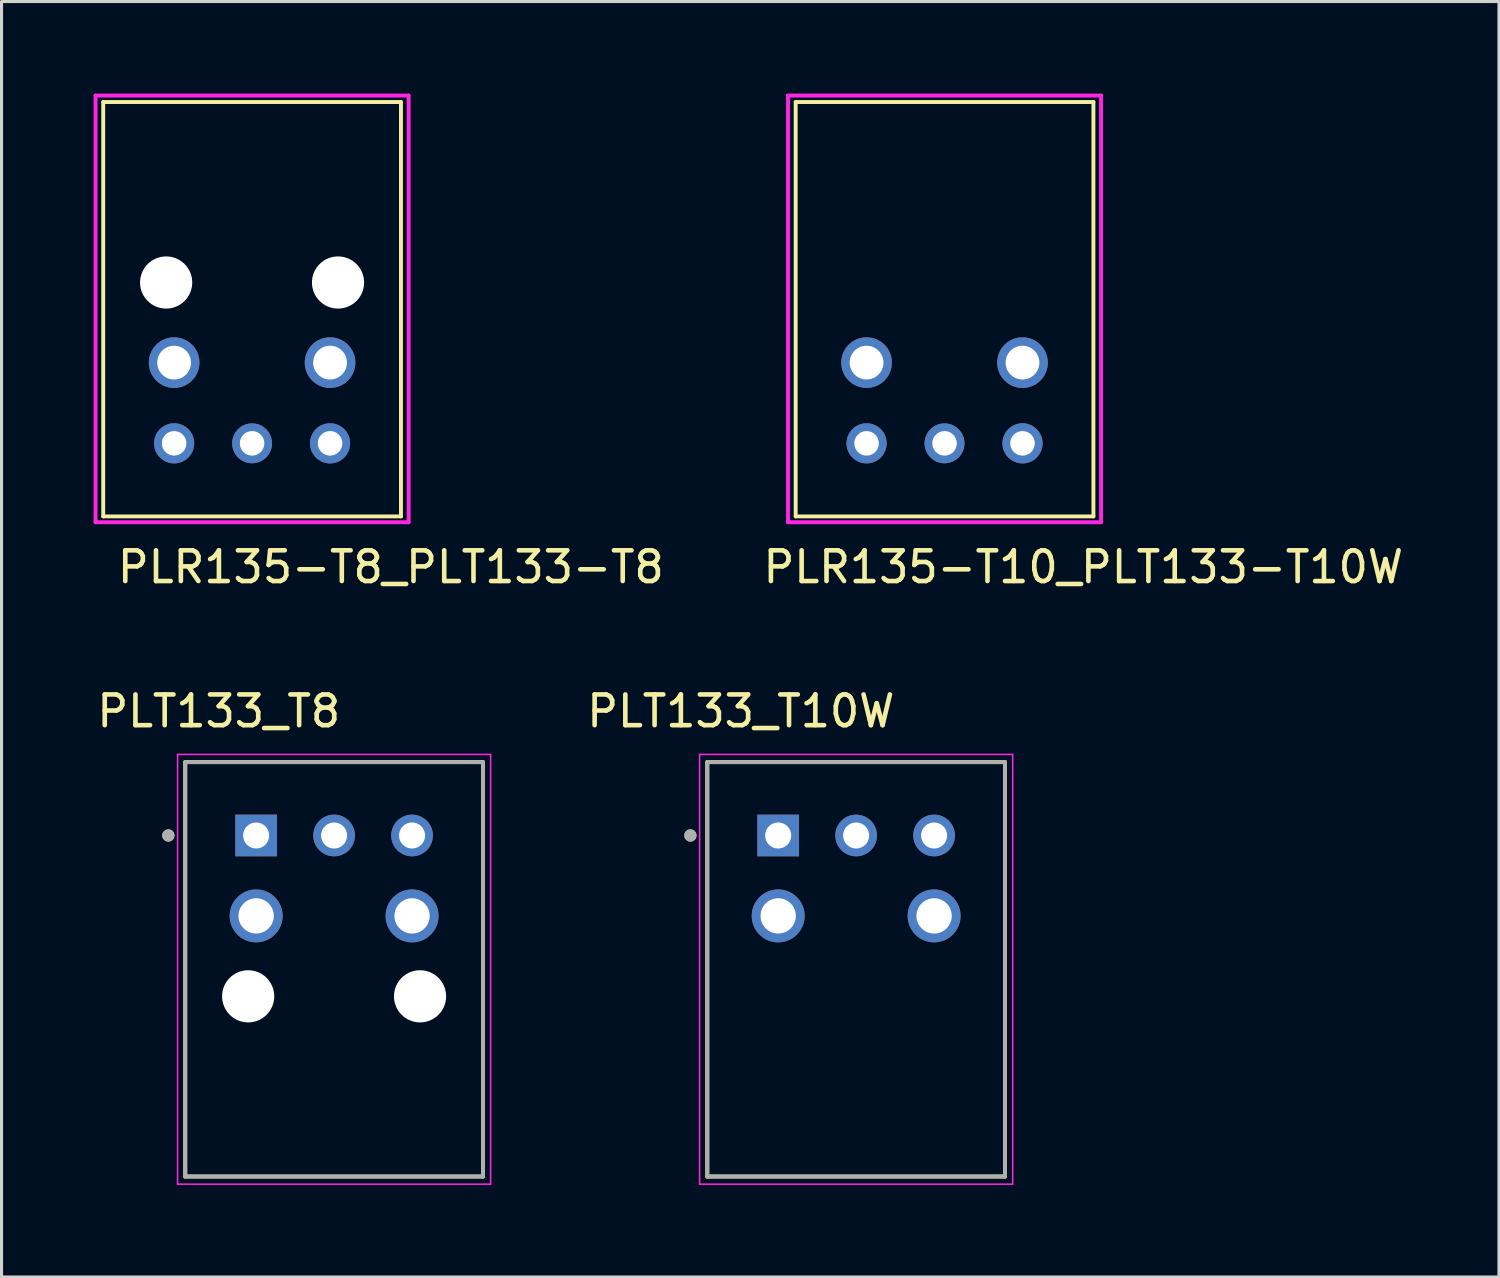
<source format=kicad_pcb>
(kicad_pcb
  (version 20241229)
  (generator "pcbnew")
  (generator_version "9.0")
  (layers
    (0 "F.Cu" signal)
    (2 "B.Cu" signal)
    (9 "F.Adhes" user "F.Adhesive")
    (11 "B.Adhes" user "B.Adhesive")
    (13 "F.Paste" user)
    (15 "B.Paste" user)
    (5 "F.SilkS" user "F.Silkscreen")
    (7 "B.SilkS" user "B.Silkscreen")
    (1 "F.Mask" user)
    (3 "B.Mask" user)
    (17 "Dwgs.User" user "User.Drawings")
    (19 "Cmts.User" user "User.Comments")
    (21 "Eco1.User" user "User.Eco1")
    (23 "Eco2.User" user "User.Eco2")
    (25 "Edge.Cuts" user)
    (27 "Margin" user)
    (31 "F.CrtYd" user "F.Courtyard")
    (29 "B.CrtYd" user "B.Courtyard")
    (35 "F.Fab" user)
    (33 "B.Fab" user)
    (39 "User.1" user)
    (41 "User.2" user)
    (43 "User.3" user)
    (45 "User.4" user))
  (footprint "PLT133_T8"
    (layer "F.Cu")
    (at 7.835 26.79)
    (property "Reference" "PLT133_T8" (at -3.758 -6.67 180) (layer "F.SilkS") (effects (font (size 1 1) (thickness 0.15))))
    (attr through_hole)
    (fp_line (start -4.85 -5.01) (end 4.85 -5.01) (stroke (width 0.127) (type solid)) (layer "F.SilkS"))
    (fp_line (start -4.85 8.49) (end -4.85 -5.01) (stroke (width 0.127) (type solid)) (layer "F.SilkS"))
    (fp_line (start -4.85 8.49) (end 4.85 8.49) (stroke (width 0.127) (type solid)) (layer "F.SilkS"))
    (fp_line (start 4.85 8.49) (end 4.85 -5.01) (stroke (width 0.127) (type solid)) (layer "F.SilkS"))
    (fp_circle (center -5.4 -2.62) (end -5.3 -2.62) (stroke (width 0.2) (type solid)) (fill no) (layer "F.SilkS"))
    (fp_line (start -5.1 -5.26) (end 5.1 -5.26) (stroke (width 0.05) (type solid)) (layer "F.CrtYd"))
    (fp_line (start -5.1 8.74) (end -5.1 -5.26) (stroke (width 0.05) (type solid)) (layer "F.CrtYd"))
    (fp_line (start 5.1 -5.26) (end 5.1 8.74) (stroke (width 0.05) (type solid)) (layer "F.CrtYd"))
    (fp_line (start 5.1 8.74) (end -5.1 8.74) (stroke (width 0.05) (type solid)) (layer "F.CrtYd"))
    (fp_line (start -4.85 -5.01) (end 4.85 -5.01) (stroke (width 0.127) (type solid)) (layer "F.Fab"))
    (fp_line (start -4.85 8.49) (end -4.85 -5.01) (stroke (width 0.127) (type solid)) (layer "F.Fab"))
    (fp_line (start -4.85 8.49) (end 4.85 8.49) (stroke (width 0.127) (type solid)) (layer "F.Fab"))
    (fp_line (start 4.85 8.49) (end 4.85 -5.01) (stroke (width 0.127) (type solid)) (layer "F.Fab"))
    (fp_circle (center -5.4 -2.62) (end -5.3 -2.62) (stroke (width 0.2) (type solid)) (fill no) (layer "F.Fab"))
    (pad "" np_thru_hole circle (at -2.8 2.62) (size 1.7 1.7) (drill 1.7) (layers "*.Cu" "*.Mask"))
    (pad "" np_thru_hole circle (at 2.8 2.62) (size 1.7 1.7) (drill 1.7) (layers "*.Cu" "*.Mask"))
    (pad "1" thru_hole rect (at -2.54 -2.62) (size 1.358 1.358) (drill 0.85) (layers "*.Cu" "*.Mask"))
    (pad "2" thru_hole circle (at 0 -2.62) (size 1.358 1.358) (drill 0.85) (layers "*.Cu" "*.Mask"))
    (pad "3" thru_hole circle (at 2.54 -2.62) (size 1.358 1.358) (drill 0.85) (layers "*.Cu" "*.Mask"))
    (pad "4" thru_hole circle (at -2.54 0) (size 1.725 1.725) (drill 1.15) (layers "*.Cu" "*.Mask"))
    (pad "5" thru_hole circle (at 2.54 0) (size 1.725 1.725) (drill 1.15) (layers "*.Cu" "*.Mask")))
  (footprint "PLR135-T8_PLT133-T8"
    (layer "F.Cu")
    (at 5.163 8.764)
    (property "Reference" "PLR135-T8_PLT133-T8" (at 4.52 6.66 0) (layer "F.SilkS") (effects (font (size 1.001 1.001) (thickness 0.15))))
    (attr through_hole)
    (fp_line (start -4.85 -8.49) (end -4.85 5.01) (stroke (width 0.127) (type solid)) (layer "F.SilkS"))
    (fp_line (start 4.85 -8.49) (end -4.85 -8.49) (stroke (width 0.127) (type solid)) (layer "F.SilkS"))
    (fp_line (start 4.85 -8.49) (end 4.85 5.01) (stroke (width 0.127) (type solid)) (layer "F.SilkS"))
    (fp_line (start 4.85 5.01) (end -4.85 5.01) (stroke (width 0.127) (type solid)) (layer "F.SilkS"))
    (fp_line (start -5.1 -8.7) (end 5.1 -8.7) (stroke (width 0.127) (type solid)) (layer "F.CrtYd"))
    (fp_line (start -5.1 5.2) (end -5.1 -8.7) (stroke (width 0.127) (type solid)) (layer "F.CrtYd"))
    (fp_line (start 5.1 -8.7) (end 5.1 5.2) (stroke (width 0.127) (type solid)) (layer "F.CrtYd"))
    (fp_line (start 5.1 5.2) (end -5.1 5.2) (stroke (width 0.127) (type solid)) (layer "F.CrtYd"))
    (pad "" np_thru_hole circle (at -2.8 -2.61 180) (size 1.7 1.7) (drill 1.7) (layers "*.Cu" "*.Mask"))
    (pad "" np_thru_hole circle (at 2.8 -2.61 180) (size 1.7 1.7) (drill 1.7) (layers "*.Cu" "*.Mask"))
    (pad "1" thru_hole circle (at 2.54 2.63) (size 1.308 1.308) (drill 0.8) (layers "*.Cu" "*.Mask"))
    (pad "2" thru_hole circle (at 0 2.63 180) (size 1.3 1.3) (drill 0.8) (layers "*.Cu" "*.Mask"))
    (pad "3" thru_hole circle (at -2.54 2.63) (size 1.308 1.308) (drill 0.8) (layers "*.Cu" "*.Mask"))
    (pad "NC1" thru_hole circle (at 2.54 0) (size 1.65 1.65) (drill 1.1) (layers "*.Cu" "*.Mask"))
    (pad "NC2" thru_hole circle (at -2.54 0) (size 1.65 1.65) (drill 1.1) (layers "*.Cu" "*.Mask")))
  (footprint "PLR135-T10_PLT133-T10W"
    (layer "F.Cu")
    (at 27.723 8.764)
    (property "Reference" "PLR135-T10_PLT133-T10W" (at 4.52 6.66 0) (layer "F.SilkS") (effects (font (size 1.001 1.001) (thickness 0.15))))
    (attr through_hole)
    (fp_line (start -4.85 -8.49) (end -4.85 5.01) (stroke (width 0.127) (type solid)) (layer "F.SilkS"))
    (fp_line (start 4.85 -8.49) (end -4.85 -8.49) (stroke (width 0.127) (type solid)) (layer "F.SilkS"))
    (fp_line (start 4.85 -8.49) (end 4.85 5.01) (stroke (width 0.127) (type solid)) (layer "F.SilkS"))
    (fp_line (start 4.85 5.01) (end -4.85 5.01) (stroke (width 0.127) (type solid)) (layer "F.SilkS"))
    (fp_line (start -5.1 -8.7) (end 5.1 -8.7) (stroke (width 0.127) (type solid)) (layer "F.CrtYd"))
    (fp_line (start -5.1 5.2) (end -5.1 -8.7) (stroke (width 0.127) (type solid)) (layer "F.CrtYd"))
    (fp_line (start 5.1 -8.7) (end 5.1 5.2) (stroke (width 0.127) (type solid)) (layer "F.CrtYd"))
    (fp_line (start 5.1 5.2) (end -5.1 5.2) (stroke (width 0.127) (type solid)) (layer "F.CrtYd"))
    (pad "1" thru_hole circle (at 2.54 2.63) (size 1.308 1.308) (drill 0.8) (layers "*.Cu" "*.Mask"))
    (pad "2" thru_hole circle (at 0 2.63 180) (size 1.3 1.3) (drill 0.8) (layers "*.Cu" "*.Mask"))
    (pad "3" thru_hole circle (at -2.54 2.63) (size 1.308 1.308) (drill 0.8) (layers "*.Cu" "*.Mask"))
    (pad "NC1" thru_hole circle (at 2.54 0) (size 1.65 1.65) (drill 1.1) (layers "*.Cu" "*.Mask"))
    (pad "NC2" thru_hole circle (at -2.54 0) (size 1.65 1.65) (drill 1.1) (layers "*.Cu" "*.Mask")))
  (footprint "PLT133_T10W"
    (layer "F.Cu")
    (at 24.843 26.79)
    (property "Reference" "PLT133_T10W" (at -3.758 -6.67 180) (layer "F.SilkS") (effects (font (size 1 1) (thickness 0.15))))
    (attr through_hole)
    (fp_line (start -4.85 -5.01) (end 4.85 -5.01) (stroke (width 0.127) (type solid)) (layer "F.SilkS"))
    (fp_line (start -4.85 8.49) (end -4.85 -5.01) (stroke (width 0.127) (type solid)) (layer "F.SilkS"))
    (fp_line (start -4.85 8.49) (end 4.85 8.49) (stroke (width 0.127) (type solid)) (layer "F.SilkS"))
    (fp_line (start 4.85 8.49) (end 4.85 -5.01) (stroke (width 0.127) (type solid)) (layer "F.SilkS"))
    (fp_circle (center -5.4 -2.62) (end -5.3 -2.62) (stroke (width 0.2) (type solid)) (fill no) (layer "F.SilkS"))
    (fp_line (start -5.1 -5.26) (end 5.1 -5.26) (stroke (width 0.05) (type solid)) (layer "F.CrtYd"))
    (fp_line (start -5.1 8.74) (end -5.1 -5.26) (stroke (width 0.05) (type solid)) (layer "F.CrtYd"))
    (fp_line (start 5.1 -5.26) (end 5.1 8.74) (stroke (width 0.05) (type solid)) (layer "F.CrtYd"))
    (fp_line (start 5.1 8.74) (end -5.1 8.74) (stroke (width 0.05) (type solid)) (layer "F.CrtYd"))
    (fp_line (start -4.85 -5.01) (end 4.85 -5.01) (stroke (width 0.127) (type solid)) (layer "F.Fab"))
    (fp_line (start -4.85 8.49) (end -4.85 -5.01) (stroke (width 0.127) (type solid)) (layer "F.Fab"))
    (fp_line (start -4.85 8.49) (end 4.85 8.49) (stroke (width 0.127) (type solid)) (layer "F.Fab"))
    (fp_line (start 4.85 8.49) (end 4.85 -5.01) (stroke (width 0.127) (type solid)) (layer "F.Fab"))
    (fp_circle (center -5.4 -2.62) (end -5.3 -2.62) (stroke (width 0.2) (type solid)) (fill no) (layer "F.Fab"))
    (pad "1" thru_hole rect (at -2.54 -2.62) (size 1.358 1.358) (drill 0.85) (layers "*.Cu" "*.Mask"))
    (pad "2" thru_hole circle (at 0 -2.62) (size 1.358 1.358) (drill 0.85) (layers "*.Cu" "*.Mask"))
    (pad "3" thru_hole circle (at 2.54 -2.62) (size 1.358 1.358) (drill 0.85) (layers "*.Cu" "*.Mask"))
    (pad "4" thru_hole circle (at -2.54 0) (size 1.725 1.725) (drill 1.15) (layers "*.Cu" "*.Mask"))
    (pad "5" thru_hole circle (at 2.54 0) (size 1.725 1.725) (drill 1.15) (layers "*.Cu" "*.Mask")))
  (gr_rect
    (start -3 -3)
    (end 45.786 38.555)
    (stroke (width 0.1) (type default))
    (fill no)
    (layer "Edge.Cuts")))
</source>
